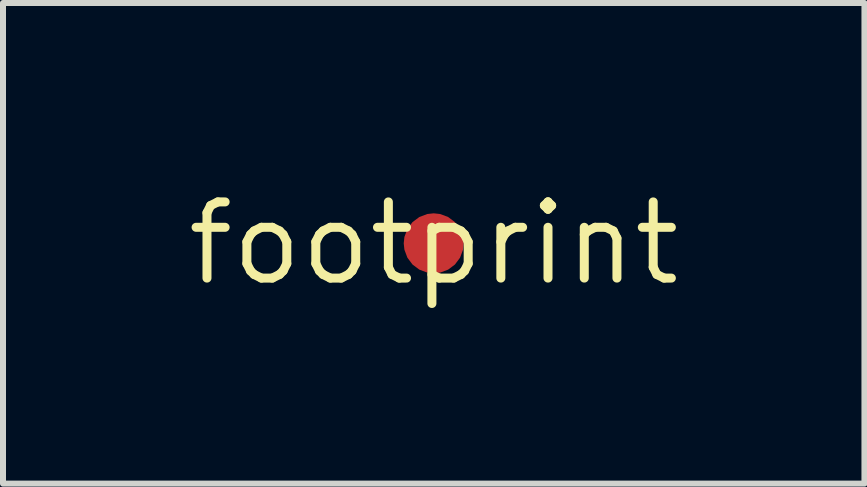
<source format=kicad_pcb>
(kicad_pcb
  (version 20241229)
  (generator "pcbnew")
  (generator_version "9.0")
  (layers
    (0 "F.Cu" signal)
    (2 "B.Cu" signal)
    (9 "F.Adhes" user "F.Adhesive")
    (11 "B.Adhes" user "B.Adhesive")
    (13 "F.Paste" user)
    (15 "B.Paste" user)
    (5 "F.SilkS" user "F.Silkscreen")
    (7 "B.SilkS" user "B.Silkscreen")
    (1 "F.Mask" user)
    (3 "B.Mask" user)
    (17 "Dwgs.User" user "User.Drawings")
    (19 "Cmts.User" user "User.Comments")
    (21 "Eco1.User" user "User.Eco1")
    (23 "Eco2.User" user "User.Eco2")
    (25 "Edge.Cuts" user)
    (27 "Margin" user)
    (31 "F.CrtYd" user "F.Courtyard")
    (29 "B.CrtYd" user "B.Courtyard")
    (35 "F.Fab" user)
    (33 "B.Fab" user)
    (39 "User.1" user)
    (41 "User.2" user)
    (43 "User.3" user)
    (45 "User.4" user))
  (footprint "footprint"
    (layer "F.Cu")
    (at 4.18 1.006)
    (property "Reference" "footprint" (at 0 0 0) (layer "F.SilkS") (effects (font (size 1.27 1.27) (thickness 0.15))))
    (pad "1" smd roundrect (at 0 0) (size 1 1) (layers "F.Cu" "F.Mask") (roundrect_rratio 0.5)))
  (gr_rect
    (start -3 -3)
    (end 11.36 5.012)
    (stroke (width 0.1) (type default))
    (fill no)
    (layer "Edge.Cuts")))
</source>
